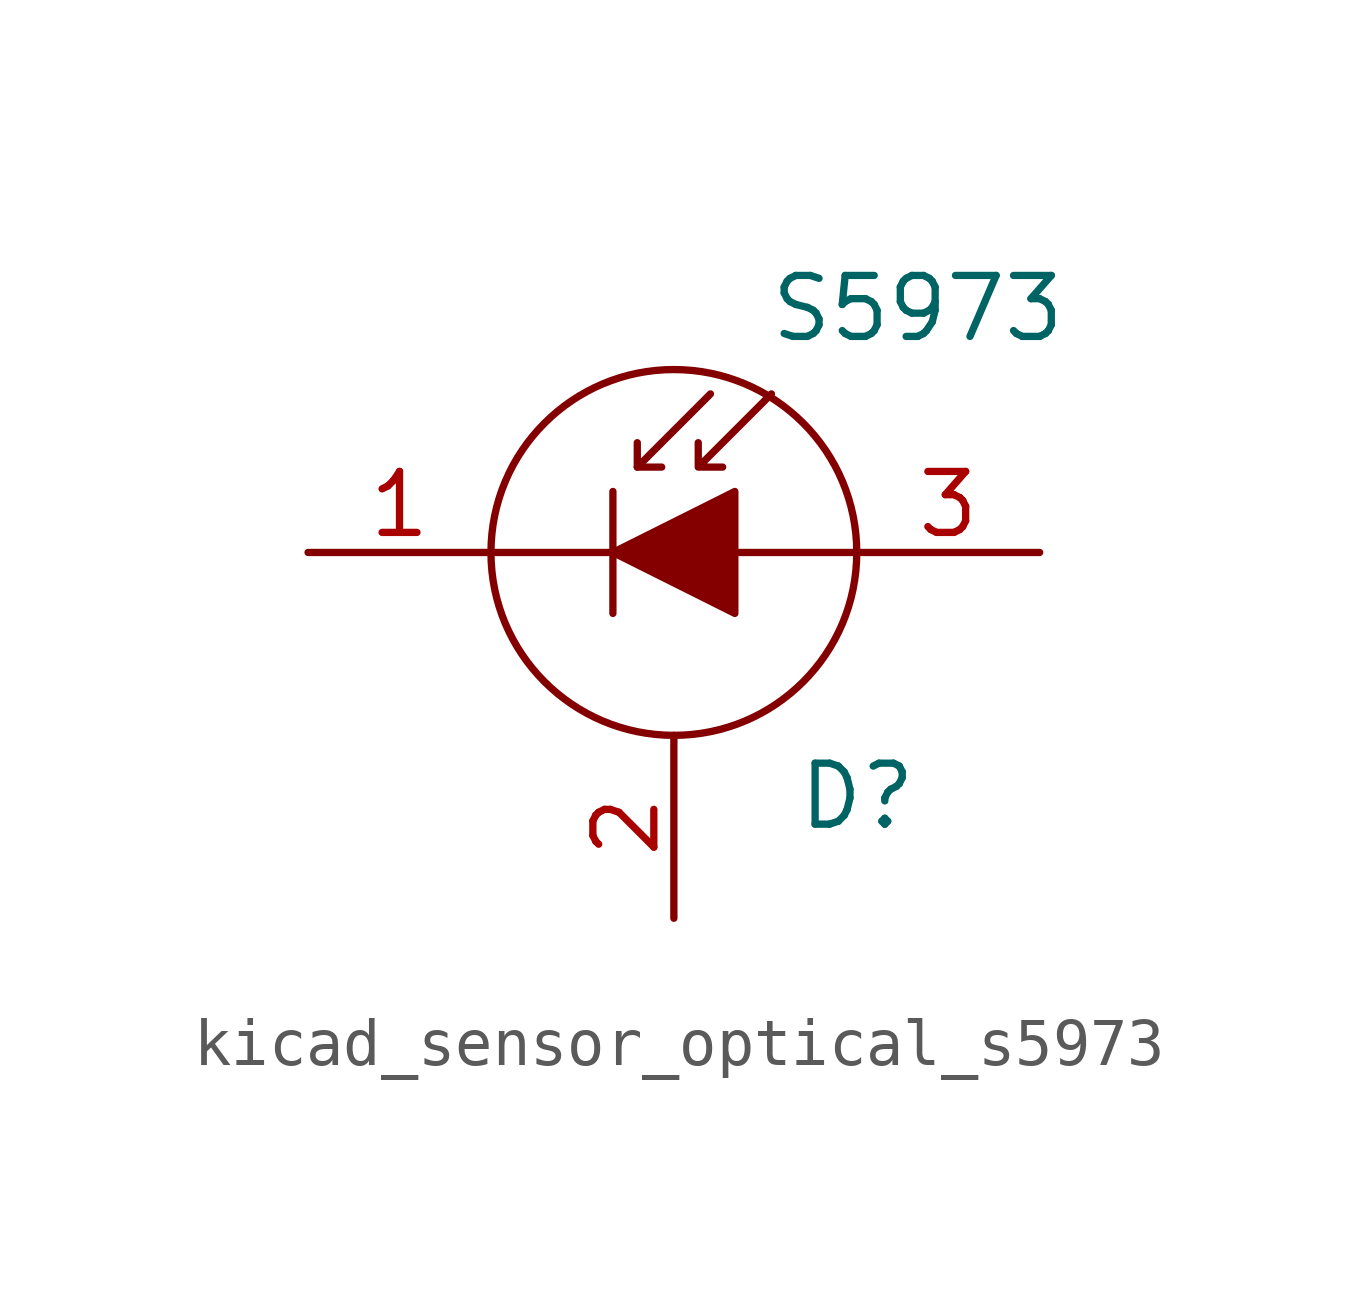
<source format=kicad_sym>
(kicad_symbol_lib
  (version 20220914)
  (generator kicad_symbol_editor)
  (symbol "kicad_sensor_optical_s5973"
    (pin_names
      (offset 0.254) hide)
    (property "Reference" "D"
      (at 2.54 -5.08 0)
      (effects (font (size 1.27 1.27)) (justify left)))
    (property "Value" "S5973"
      (at 5.08 5.08 0)
      (effects (font (size 1.27 1.27))))
    (symbol "kicad_sensor_optical_s5973_0_0"
      (pin passive line (at 0 -7.62 90) (length 3.81) (name "C" (effects (font (size 1.27 1.27)))) (number "2" (effects (font (size 1.27 1.27))))))
    (symbol "kicad_sensor_optical_s5973_0_1"
      (polyline (pts (xy -1.27 0) (xy -3.81 0)) (stroke (width 0) (type default)) (fill (type none)))
      (polyline (pts (xy -1.27 1.27) (xy -1.27 -1.27)) (stroke (width 0.152) (type default)) (fill (type none)))
      (polyline (pts (xy -0.762 1.778) (xy -0.254 1.778)) (stroke (width 0) (type default)) (fill (type none)))
      (polyline (pts (xy 3.81 0) (xy 1.27 0)) (stroke (width 0) (type default)) (fill (type none)))
      (polyline (pts (xy 0.762 3.302) (xy -0.762 1.778) (xy -0.762 2.286)) (stroke (width 0) (type default)) (fill (type none)))
      (polyline (pts (xy -1.27 0) (xy 1.27 1.27) (xy 1.27 -1.27) (xy -1.27 0)) (stroke (width 0) (type default)) (fill (type outline)))
      (polyline (pts (xy 2.032 3.302) (xy 0.508 1.778) (xy 0.508 2.286) (xy 0.508 1.778) (xy 1.016 1.778)) (stroke (width 0) (type default)) (fill (type none)))
      (circle (center 0 0) (radius 3.81) (stroke (width 0) (type default)) (fill (type none))))
    (symbol "kicad_sensor_optical_s5973_1_1"
      (pin passive line (at -7.62 0 0) (length 3.81) (name "K" (effects (font (size 1.27 1.27)))) (number "1" (effects (font (size 1.27 1.27)))))
      (pin passive line (at 7.62 0 180) (length 3.81) (name "A" (effects (font (size 1.27 1.27)))) (number "3" (effects (font (size 1.27 1.27))))))))
</source>
